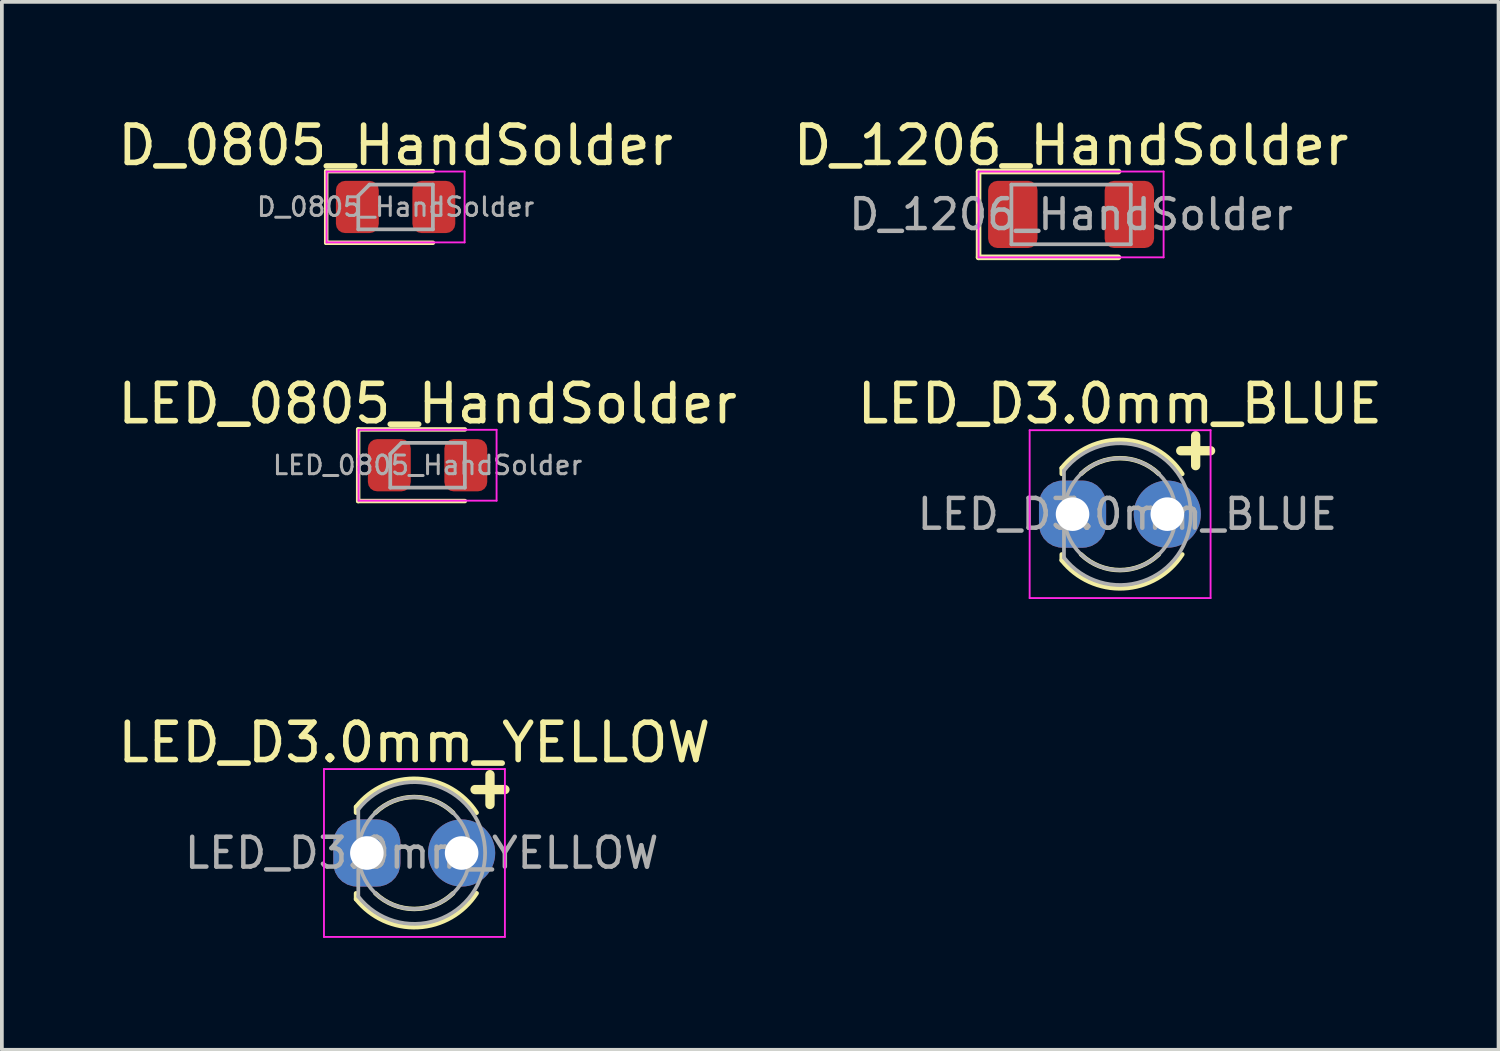
<source format=kicad_pcb>
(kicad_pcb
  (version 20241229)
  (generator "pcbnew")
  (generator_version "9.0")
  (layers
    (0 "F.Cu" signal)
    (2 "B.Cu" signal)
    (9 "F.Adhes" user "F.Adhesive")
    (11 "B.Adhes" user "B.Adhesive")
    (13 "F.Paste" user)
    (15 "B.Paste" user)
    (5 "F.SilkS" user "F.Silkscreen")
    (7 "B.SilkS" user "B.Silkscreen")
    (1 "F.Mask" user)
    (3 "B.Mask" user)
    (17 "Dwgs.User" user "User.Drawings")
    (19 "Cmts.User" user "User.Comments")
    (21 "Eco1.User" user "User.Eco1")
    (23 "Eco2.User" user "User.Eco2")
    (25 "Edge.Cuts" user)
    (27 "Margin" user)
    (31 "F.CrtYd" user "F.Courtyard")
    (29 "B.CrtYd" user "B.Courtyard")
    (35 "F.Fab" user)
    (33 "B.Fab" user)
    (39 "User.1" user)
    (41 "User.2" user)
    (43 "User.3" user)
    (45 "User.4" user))
  (footprint "D_1206_HandSolder"
    (layer "F.Cu")
    (at 25.661 2.698)
    (property "Reference" "D_1206_HandSolder" (at 0 -1.85 0) (layer "F.SilkS") (effects (font (size 1 1) (thickness 0.15))))
    (attr smd)
    (fp_line (start -2.48 -1.15) (end -2.48 1.15) (stroke (width 0.15) (type default)) (layer "F.SilkS"))
    (fp_line (start -2.48 1.15) (end 1.27 1.15) (stroke (width 0.15) (type default)) (layer "F.SilkS"))
    (fp_line (start 1.27 -1.15) (end -2.48 -1.15) (stroke (width 0.15) (type default)) (layer "F.SilkS"))
    (fp_line (start -2.48 -1.15) (end 2.48 -1.15) (stroke (width 0.05) (type solid)) (layer "F.CrtYd"))
    (fp_line (start -2.48 1.15) (end -2.48 -1.15) (stroke (width 0.05) (type solid)) (layer "F.CrtYd"))
    (fp_line (start 2.48 -1.15) (end 2.48 1.15) (stroke (width 0.05) (type solid)) (layer "F.CrtYd"))
    (fp_line (start 2.48 1.15) (end -2.48 1.15) (stroke (width 0.05) (type solid)) (layer "F.CrtYd"))
    (fp_line (start -1.6 -0.8) (end 1.6 -0.8) (stroke (width 0.1) (type solid)) (layer "F.Fab"))
    (fp_line (start -1.6 0.8) (end -1.6 -0.8) (stroke (width 0.1) (type solid)) (layer "F.Fab"))
    (fp_line (start 1.6 -0.8) (end 1.6 0.8) (stroke (width 0.1) (type solid)) (layer "F.Fab"))
    (fp_line (start 1.6 0.8) (end -1.6 0.8) (stroke (width 0.1) (type solid)) (layer "F.Fab"))
    (fp_text user "${REFERENCE}" (at 0 0 0) (layer "F.Fab") (effects (font (size 0.8 0.8) (thickness 0.12))))
    (pad "1" smd roundrect (at -1.562 0) (size 1.325 1.8) (layers "F.Cu" "F.Mask" "F.Paste") (roundrect_rratio 0.189))
    (pad "2" smd roundrect (at 1.562 0) (size 1.325 1.8) (layers "F.Cu" "F.Mask" "F.Paste") (roundrect_rratio 0.189)))
  (footprint "LED_D3.0mm_BLUE"
    (layer "F.Cu")
    (at 25.7 10.732)
    (property "Reference" "LED_D3.0mm_BLUE" (at 1.27 -2.96 0) (layer "F.SilkS") (effects (font (size 1 1) (thickness 0.15))))
    (attr through_hole)
    (fp_line (start -0.29 -1.236) (end -0.29 -1.08) (stroke (width 0.12) (type solid)) (layer "F.SilkS"))
    (fp_line (start -0.29 1.08) (end -0.29 1.236) (stroke (width 0.12) (type solid)) (layer "F.SilkS"))
    (fp_line (start 2.9 -1.7) (end 3.7 -1.7) (stroke (width 0.25) (type default)) (layer "F.SilkS"))
    (fp_line (start 3.3 -2.1) (end 3.3 -1.3) (stroke (width 0.25) (type default)) (layer "F.SilkS"))
    (fp_arc (start -0.29 -1.235516) (mid 1.366487 -1.987659) (end 2.942335 -1.078608) (stroke (width 0.12) (type solid)) (layer "F.SilkS"))
    (fp_arc (start 0.229039 -1.08) (mid 1.270117 -1.5) (end 2.31113 -1.079837) (stroke (width 0.12) (type solid)) (layer "F.SilkS"))
    (fp_arc (start 2.31113 1.079837) (mid 1.270117 1.5) (end 0.229039 1.08) (stroke (width 0.12) (type solid)) (layer "F.SilkS"))
    (fp_arc (start 2.942335 1.078608) (mid 1.366487 1.987659) (end -0.29 1.235516) (stroke (width 0.12) (type solid)) (layer "F.SilkS"))
    (fp_line (start -1.15 -2.25) (end -1.15 2.25) (stroke (width 0.05) (type solid)) (layer "F.CrtYd"))
    (fp_line (start -1.15 2.25) (end 3.7 2.25) (stroke (width 0.05) (type solid)) (layer "F.CrtYd"))
    (fp_line (start 3.7 -2.25) (end -1.15 -2.25) (stroke (width 0.05) (type solid)) (layer "F.CrtYd"))
    (fp_line (start 3.7 2.25) (end 3.7 -2.25) (stroke (width 0.05) (type solid)) (layer "F.CrtYd"))
    (fp_line (start -0.23 -1.166) (end -0.23 1.166) (stroke (width 0.1) (type solid)) (layer "F.Fab"))
    (fp_arc (start -0.23 -1.16619) (mid 3.17 0.000452) (end -0.230555 1.165476) (stroke (width 0.1) (type solid)) (layer "F.Fab"))
    (fp_circle (center 1.27 0) (end 2.77 0) (stroke (width 0.1) (type solid)) (fill no) (layer "F.Fab"))
    (fp_text user "${REFERENCE}" (at 1.47 0 0) (layer "F.Fab") (effects (font (size 0.8 0.8) (thickness 0.12))))
    (pad "1" thru_hole roundrect (at 0 0) (size 1.8 1.8) (drill 0.9) (layers "*.Cu" "*.Mask") (roundrect_rratio 0.35))
    (pad "2" thru_hole circle (at 2.54 0) (size 1.8 1.8) (drill 0.9) (layers "*.Cu" "*.Mask")))
  (footprint "LED_0805_HandSolder"
    (layer "F.Cu")
    (at 8.411 9.421)
    (property "Reference" "LED_0805_HandSolder" (at 0 -1.65 0) (layer "F.SilkS") (effects (font (size 1 1) (thickness 0.15))))
    (attr smd)
    (fp_line (start -1.86 -0.96) (end -1.86 0.96) (stroke (width 0.12) (type solid)) (layer "F.SilkS"))
    (fp_line (start -1.86 0.96) (end 1 0.96) (stroke (width 0.12) (type solid)) (layer "F.SilkS"))
    (fp_line (start 1 -0.96) (end -1.86 -0.96) (stroke (width 0.12) (type solid)) (layer "F.SilkS"))
    (fp_line (start -1.85 -0.95) (end 1.85 -0.95) (stroke (width 0.05) (type solid)) (layer "F.CrtYd"))
    (fp_line (start -1.85 0.95) (end -1.85 -0.95) (stroke (width 0.05) (type solid)) (layer "F.CrtYd"))
    (fp_line (start 1.85 -0.95) (end 1.85 0.95) (stroke (width 0.05) (type solid)) (layer "F.CrtYd"))
    (fp_line (start 1.85 0.95) (end -1.85 0.95) (stroke (width 0.05) (type solid)) (layer "F.CrtYd"))
    (fp_line (start -1 -0.3) (end -1 0.6) (stroke (width 0.1) (type solid)) (layer "F.Fab"))
    (fp_line (start -1 0.6) (end 1 0.6) (stroke (width 0.1) (type solid)) (layer "F.Fab"))
    (fp_line (start -0.7 -0.6) (end -1 -0.3) (stroke (width 0.1) (type solid)) (layer "F.Fab"))
    (fp_line (start 1 -0.6) (end -0.7 -0.6) (stroke (width 0.1) (type solid)) (layer "F.Fab"))
    (fp_line (start 1 0.6) (end 1 -0.6) (stroke (width 0.1) (type solid)) (layer "F.Fab"))
    (fp_text user "${REFERENCE}" (at 0 0 0) (layer "F.Fab") (effects (font (size 0.5 0.5) (thickness 0.08))))
    (pad "1" smd roundrect (at -1.025 0) (size 1.15 1.4) (layers "F.Cu" "F.Mask" "F.Paste") (roundrect_rratio 0.217))
    (pad "2" smd roundrect (at 1.025 0) (size 1.15 1.4) (layers "F.Cu" "F.Mask" "F.Paste") (roundrect_rratio 0.217)))
  (footprint "D_0805_HandSolder"
    (layer "F.Cu")
    (at 7.554 2.498)
    (property "Reference" "D_0805_HandSolder" (at 0 -1.65 0) (layer "F.SilkS") (effects (font (size 1 1) (thickness 0.15))))
    (attr smd)
    (fp_line (start -1.86 -0.96) (end -1.86 0.96) (stroke (width 0.12) (type solid)) (layer "F.SilkS"))
    (fp_line (start -1.86 0.96) (end 1 0.96) (stroke (width 0.12) (type solid)) (layer "F.SilkS"))
    (fp_line (start 1 -0.96) (end -1.86 -0.96) (stroke (width 0.12) (type solid)) (layer "F.SilkS"))
    (fp_line (start -1.85 -0.95) (end 1.85 -0.95) (stroke (width 0.05) (type solid)) (layer "F.CrtYd"))
    (fp_line (start -1.85 0.95) (end -1.85 -0.95) (stroke (width 0.05) (type solid)) (layer "F.CrtYd"))
    (fp_line (start 1.85 -0.95) (end 1.85 0.95) (stroke (width 0.05) (type solid)) (layer "F.CrtYd"))
    (fp_line (start 1.85 0.95) (end -1.85 0.95) (stroke (width 0.05) (type solid)) (layer "F.CrtYd"))
    (fp_line (start -1 -0.3) (end -1 0.6) (stroke (width 0.1) (type solid)) (layer "F.Fab"))
    (fp_line (start -1 0.6) (end 1 0.6) (stroke (width 0.1) (type solid)) (layer "F.Fab"))
    (fp_line (start -0.7 -0.6) (end -1 -0.3) (stroke (width 0.1) (type solid)) (layer "F.Fab"))
    (fp_line (start 1 -0.6) (end -0.7 -0.6) (stroke (width 0.1) (type solid)) (layer "F.Fab"))
    (fp_line (start 1 0.6) (end 1 -0.6) (stroke (width 0.1) (type solid)) (layer "F.Fab"))
    (fp_text user "${REFERENCE}" (at 0 0 0) (layer "F.Fab") (effects (font (size 0.5 0.5) (thickness 0.08))))
    (pad "1" smd roundrect (at -1.025 0) (size 1.15 1.4) (layers "F.Cu" "F.Mask" "F.Paste") (roundrect_rratio 0.217))
    (pad "2" smd roundrect (at 1.025 0) (size 1.15 1.4) (layers "F.Cu" "F.Mask" "F.Paste") (roundrect_rratio 0.217)))
  (footprint "LED_D3.0mm_YELLOW"
    (layer "F.Cu")
    (at 6.784 19.815)
    (property "Reference" "LED_D3.0mm_YELLOW" (at 1.27 -2.96 0) (layer "F.SilkS") (effects (font (size 1 1) (thickness 0.15))))
    (attr through_hole)
    (fp_line (start -0.29 -1.236) (end -0.29 -1.08) (stroke (width 0.12) (type solid)) (layer "F.SilkS"))
    (fp_line (start -0.29 1.08) (end -0.29 1.236) (stroke (width 0.12) (type solid)) (layer "F.SilkS"))
    (fp_line (start 2.9 -1.7) (end 3.7 -1.7) (stroke (width 0.25) (type default)) (layer "F.SilkS"))
    (fp_line (start 3.3 -2.1) (end 3.3 -1.3) (stroke (width 0.25) (type default)) (layer "F.SilkS"))
    (fp_arc (start -0.29 -1.235516) (mid 1.366487 -1.987659) (end 2.942335 -1.078608) (stroke (width 0.12) (type solid)) (layer "F.SilkS"))
    (fp_arc (start 0.229039 -1.08) (mid 1.270117 -1.5) (end 2.31113 -1.079837) (stroke (width 0.12) (type solid)) (layer "F.SilkS"))
    (fp_arc (start 2.31113 1.079837) (mid 1.270117 1.5) (end 0.229039 1.08) (stroke (width 0.12) (type solid)) (layer "F.SilkS"))
    (fp_arc (start 2.942335 1.078608) (mid 1.366487 1.987659) (end -0.29 1.235516) (stroke (width 0.12) (type solid)) (layer "F.SilkS"))
    (fp_line (start -1.15 -2.25) (end -1.15 2.25) (stroke (width 0.05) (type solid)) (layer "F.CrtYd"))
    (fp_line (start -1.15 2.25) (end 3.7 2.25) (stroke (width 0.05) (type solid)) (layer "F.CrtYd"))
    (fp_line (start 3.7 -2.25) (end -1.15 -2.25) (stroke (width 0.05) (type solid)) (layer "F.CrtYd"))
    (fp_line (start 3.7 2.25) (end 3.7 -2.25) (stroke (width 0.05) (type solid)) (layer "F.CrtYd"))
    (fp_line (start -0.23 -1.166) (end -0.23 1.166) (stroke (width 0.1) (type solid)) (layer "F.Fab"))
    (fp_arc (start -0.23 -1.16619) (mid 3.17 0.000452) (end -0.230555 1.165476) (stroke (width 0.1) (type solid)) (layer "F.Fab"))
    (fp_circle (center 1.27 0) (end 2.77 0) (stroke (width 0.1) (type solid)) (fill no) (layer "F.Fab"))
    (fp_text user "${REFERENCE}" (at 1.47 0 0) (layer "F.Fab") (effects (font (size 0.8 0.8) (thickness 0.12))))
    (pad "1" thru_hole roundrect (at 0 0) (size 1.8 1.8) (drill 0.9) (layers "*.Cu" "*.Mask") (roundrect_rratio 0.35))
    (pad "2" thru_hole circle (at 2.54 0) (size 1.8 1.8) (drill 0.9) (layers "*.Cu" "*.Mask")))
  (gr_rect
    (start -3 -3)
    (end 37.119 25.09)
    (stroke (width 0.1) (type default))
    (fill no)
    (layer "Edge.Cuts")))
</source>
